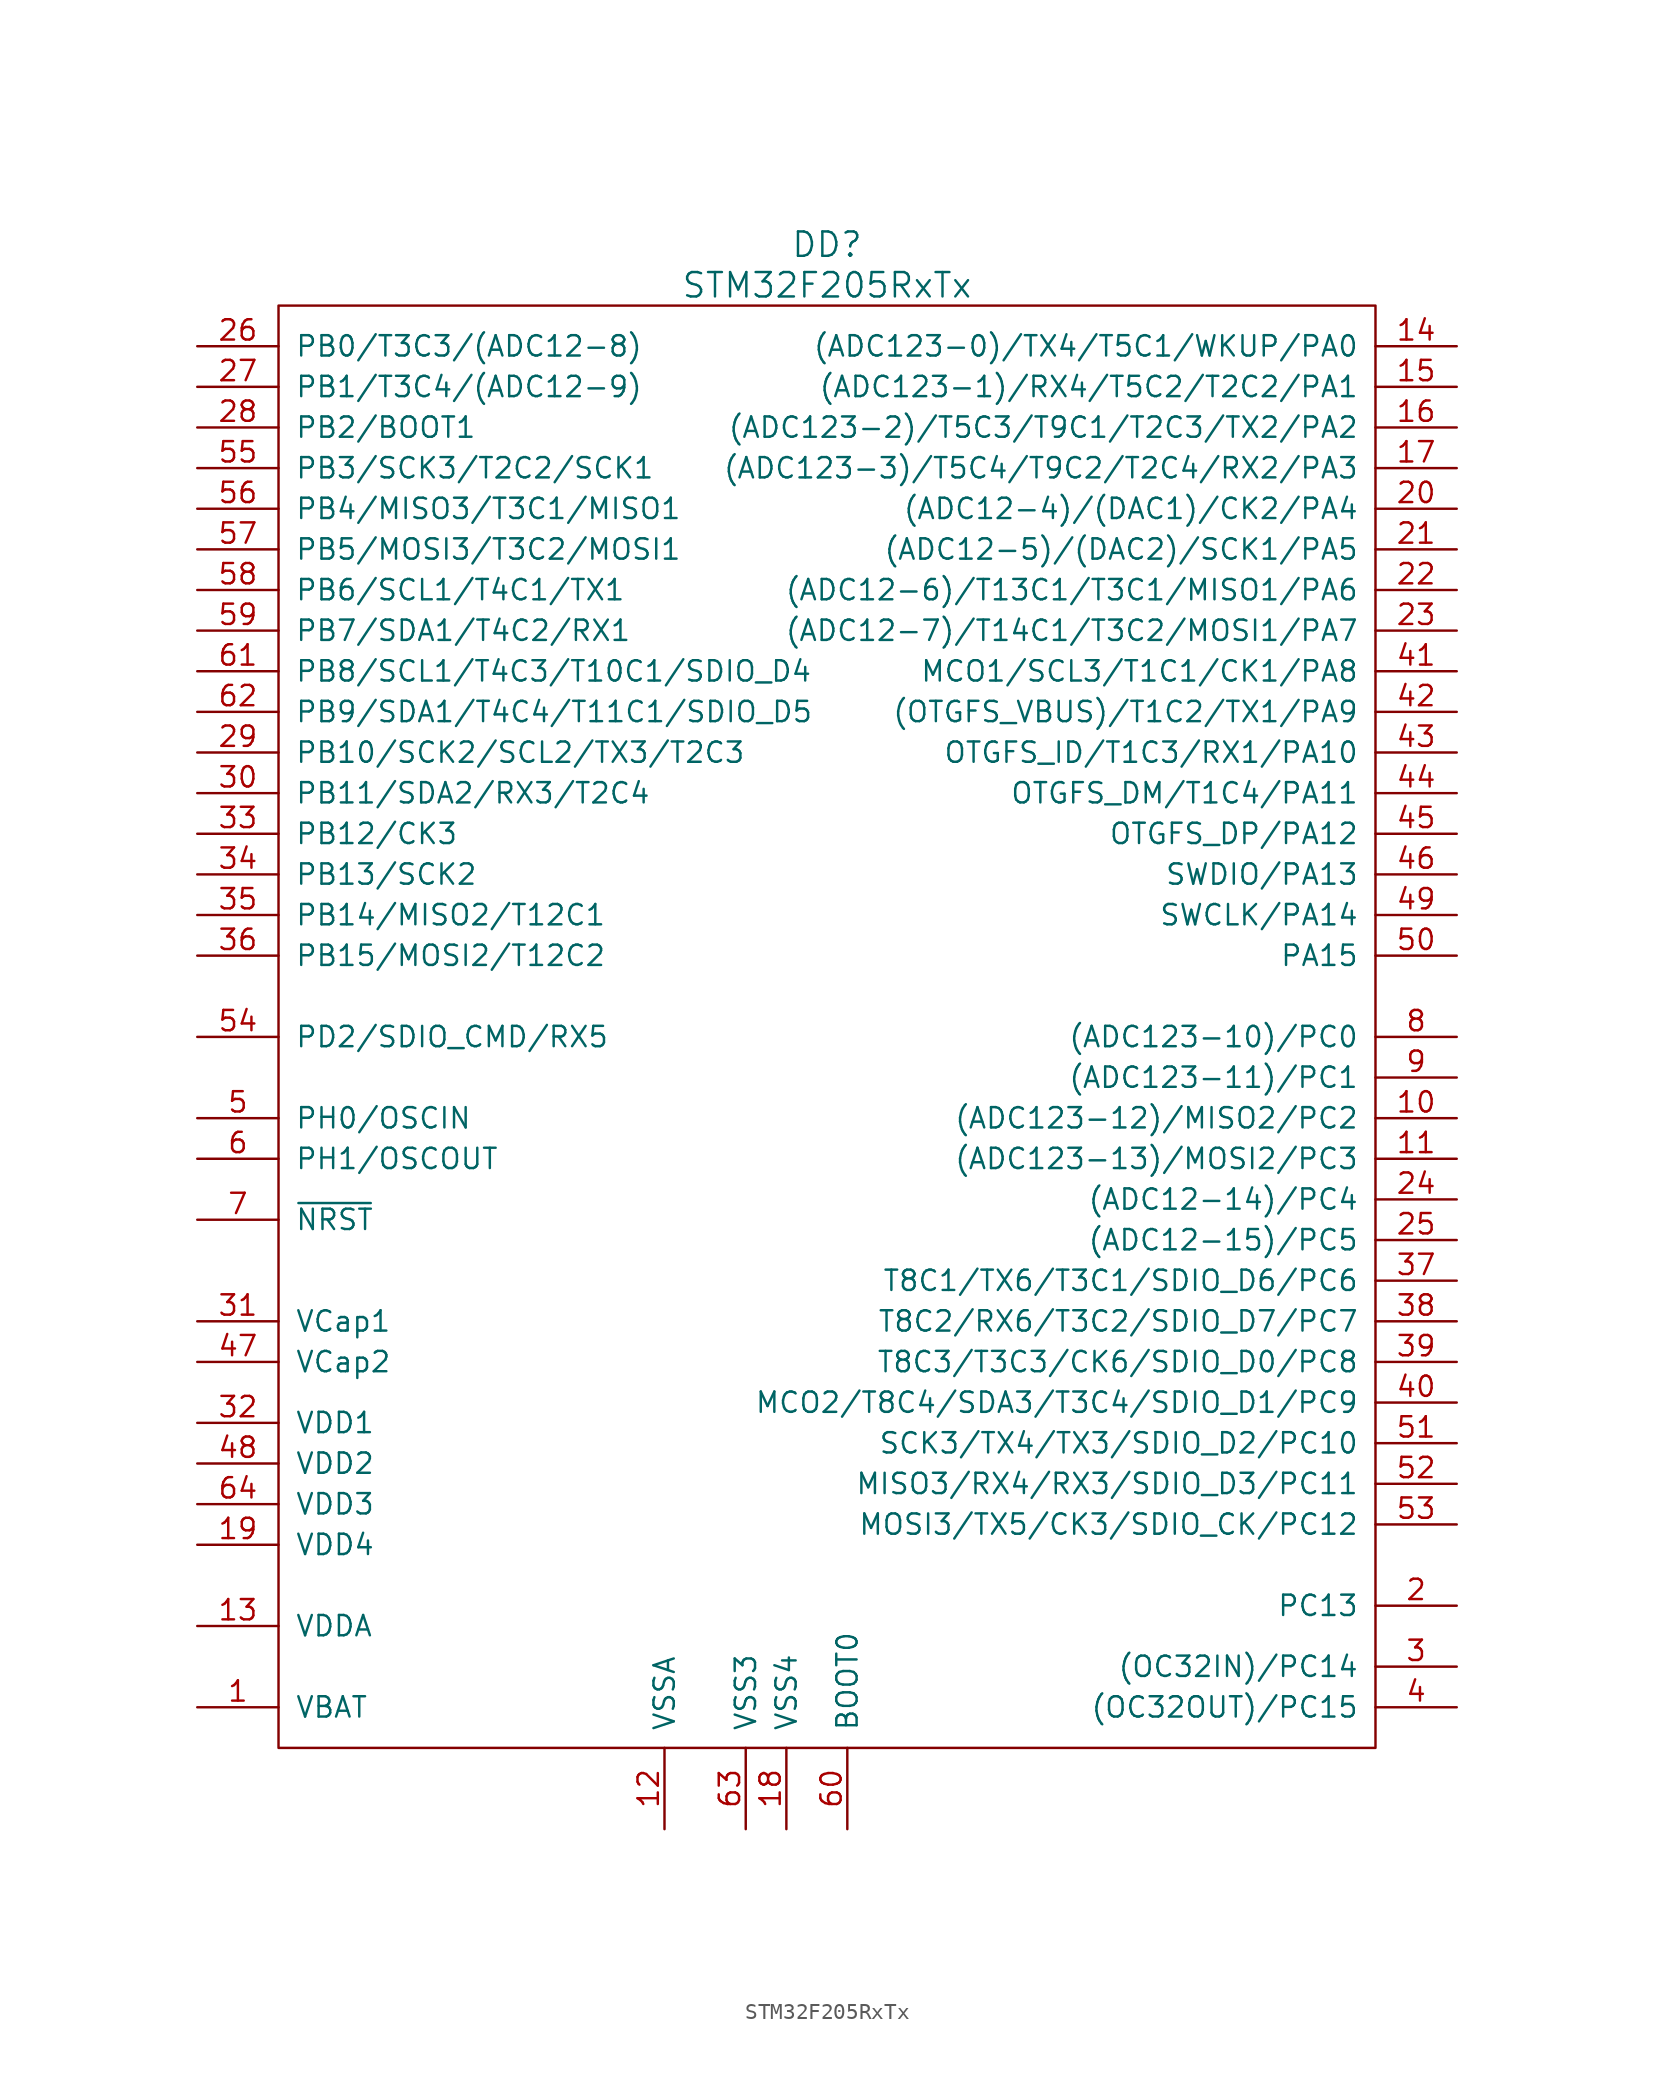
<source format=kicad_sym>
(kicad_symbol_lib
  (version 20220914)
  (generator kicad_symbol_editor)
  (symbol "STM32F205RxTx"
    (pin_names
      (offset 1.016))
    (property "Reference" "DD"
      (at 0 48.26 0)
      (effects (font (size 1.524 1.524))))
    (property "Value" "STM32F205RxTx"
      (at 0 45.72 0)
      (effects (font (size 1.524 1.524))))
    (property "Datasheet" ""
      (at -2.54 6.35 0)
      (effects (font (size 1.524 1.524))))
    (symbol "STM32F205RxTx_0_1"
      (rectangle (start -34.29 44.45) (end 34.29 -45.72) (stroke (width 0) (type solid)) (fill (type none))))
    (symbol "STM32F205RxTx_1_1"
      (pin power_in line (at -39.37 -43.18 0) (length 5.08) (name "VBAT" (effects (font (size 1.27 1.27)))) (number "1" (effects (font (size 1.27 1.27)))))
      (pin passive line (at 39.37 -6.35 180) (length 5.08) (name "(ADC123-12)/MISO2/PC2" (effects (font (size 1.27 1.27)))) (number "10" (effects (font (size 1.27 1.27)))))
      (pin passive line (at 39.37 -8.89 180) (length 5.08) (name "(ADC123-13)/MOSI2/PC3" (effects (font (size 1.27 1.27)))) (number "11" (effects (font (size 1.27 1.27)))))
      (pin power_in line (at -10.16 -50.8 90) (length 5.08) (name "VSSA" (effects (font (size 1.27 1.27)))) (number "12" (effects (font (size 1.27 1.27)))))
      (pin power_in line (at -39.37 -38.1 0) (length 5.08) (name "VDDA" (effects (font (size 1.27 1.27)))) (number "13" (effects (font (size 1.27 1.27)))))
      (pin passive line (at 39.37 41.91 180) (length 5.08) (name "(ADC123-0)/TX4/T5C1/WKUP/PA0" (effects (font (size 1.27 1.27)))) (number "14" (effects (font (size 1.27 1.27)))))
      (pin passive line (at 39.37 39.37 180) (length 5.08) (name "(ADC123-1)/RX4/T5C2/T2C2/PA1" (effects (font (size 1.27 1.27)))) (number "15" (effects (font (size 1.27 1.27)))))
      (pin passive line (at 39.37 36.83 180) (length 5.08) (name "(ADC123-2)/T5C3/T9C1/T2C3/TX2/PA2" (effects (font (size 1.27 1.27)))) (number "16" (effects (font (size 1.27 1.27)))))
      (pin passive line (at 39.37 34.29 180) (length 5.08) (name "(ADC123-3)/T5C4/T9C2/T2C4/RX2/PA3" (effects (font (size 1.27 1.27)))) (number "17" (effects (font (size 1.27 1.27)))))
      (pin power_in line (at -2.54 -50.8 90) (length 5.08) (name "VSS4" (effects (font (size 1.27 1.27)))) (number "18" (effects (font (size 1.27 1.27)))))
      (pin power_in line (at -39.37 -33.02 0) (length 5.08) (name "VDD4" (effects (font (size 1.27 1.27)))) (number "19" (effects (font (size 1.27 1.27)))))
      (pin passive line (at 39.37 -36.83 180) (length 5.08) (name "PC13" (effects (font (size 1.27 1.27)))) (number "2" (effects (font (size 1.27 1.27)))))
      (pin passive line (at 39.37 31.75 180) (length 5.08) (name "(ADC12-4)/(DAC1)/CK2/PA4" (effects (font (size 1.27 1.27)))) (number "20" (effects (font (size 1.27 1.27)))))
      (pin passive line (at 39.37 29.21 180) (length 5.08) (name "(ADC12-5)/(DAC2)/SCK1/PA5" (effects (font (size 1.27 1.27)))) (number "21" (effects (font (size 1.27 1.27)))))
      (pin passive line (at 39.37 26.67 180) (length 5.08) (name "(ADC12-6)/T13C1/T3C1/MISO1/PA6" (effects (font (size 1.27 1.27)))) (number "22" (effects (font (size 1.27 1.27)))))
      (pin passive line (at 39.37 24.13 180) (length 5.08) (name "(ADC12-7)/T14C1/T3C2/MOSI1/PA7" (effects (font (size 1.27 1.27)))) (number "23" (effects (font (size 1.27 1.27)))))
      (pin passive line (at 39.37 -11.43 180) (length 5.08) (name "(ADC12-14)/PC4" (effects (font (size 1.27 1.27)))) (number "24" (effects (font (size 1.27 1.27)))))
      (pin passive line (at 39.37 -13.97 180) (length 5.08) (name "(ADC12-15)/PC5" (effects (font (size 1.27 1.27)))) (number "25" (effects (font (size 1.27 1.27)))))
      (pin passive line (at -39.37 41.91 0) (length 5.08) (name "PB0/T3C3/(ADC12-8)" (effects (font (size 1.27 1.27)))) (number "26" (effects (font (size 1.27 1.27)))))
      (pin passive line (at -39.37 39.37 0) (length 5.08) (name "PB1/T3C4/(ADC12-9)" (effects (font (size 1.27 1.27)))) (number "27" (effects (font (size 1.27 1.27)))))
      (pin passive line (at -39.37 36.83 0) (length 5.08) (name "PB2/BOOT1" (effects (font (size 1.27 1.27)))) (number "28" (effects (font (size 1.27 1.27)))))
      (pin passive line (at -39.37 16.51 0) (length 5.08) (name "PB10/SCK2/SCL2/TX3/T2C3" (effects (font (size 1.27 1.27)))) (number "29" (effects (font (size 1.27 1.27)))))
      (pin passive line (at 39.37 -40.64 180) (length 5.08) (name "(OC32IN)/PC14" (effects (font (size 1.27 1.27)))) (number "3" (effects (font (size 1.27 1.27)))))
      (pin passive line (at -39.37 13.97 0) (length 5.08) (name "PB11/SDA2/RX3/T2C4" (effects (font (size 1.27 1.27)))) (number "30" (effects (font (size 1.27 1.27)))))
      (pin passive line (at -39.37 -19.05 0) (length 5.08) (name "VCap1" (effects (font (size 1.27 1.27)))) (number "31" (effects (font (size 1.27 1.27)))))
      (pin power_in line (at -39.37 -25.4 0) (length 5.08) (name "VDD1" (effects (font (size 1.27 1.27)))) (number "32" (effects (font (size 1.27 1.27)))))
      (pin passive line (at -39.37 11.43 0) (length 5.08) (name "PB12/CK3" (effects (font (size 1.27 1.27)))) (number "33" (effects (font (size 1.27 1.27)))))
      (pin passive line (at -39.37 8.89 0) (length 5.08) (name "PB13/SCK2" (effects (font (size 1.27 1.27)))) (number "34" (effects (font (size 1.27 1.27)))))
      (pin passive line (at -39.37 6.35 0) (length 5.08) (name "PB14/MISO2/T12C1" (effects (font (size 1.27 1.27)))) (number "35" (effects (font (size 1.27 1.27)))))
      (pin passive line (at -39.37 3.81 0) (length 5.08) (name "PB15/MOSI2/T12C2" (effects (font (size 1.27 1.27)))) (number "36" (effects (font (size 1.27 1.27)))))
      (pin passive line (at 39.37 -16.51 180) (length 5.08) (name "T8C1/TX6/T3C1/SDIO_D6/PC6" (effects (font (size 1.27 1.27)))) (number "37" (effects (font (size 1.27 1.27)))))
      (pin passive line (at 39.37 -19.05 180) (length 5.08) (name "T8C2/RX6/T3C2/SDIO_D7/PC7" (effects (font (size 1.27 1.27)))) (number "38" (effects (font (size 1.27 1.27)))))
      (pin passive line (at 39.37 -21.59 180) (length 5.08) (name "T8C3/T3C3/CK6/SDIO_D0/PC8" (effects (font (size 1.27 1.27)))) (number "39" (effects (font (size 1.27 1.27)))))
      (pin passive line (at 39.37 -43.18 180) (length 5.08) (name "(OC32OUT)/PC15" (effects (font (size 1.27 1.27)))) (number "4" (effects (font (size 1.27 1.27)))))
      (pin passive line (at 39.37 -24.13 180) (length 5.08) (name "MCO2/T8C4/SDA3/T3C4/SDIO_D1/PC9" (effects (font (size 1.27 1.27)))) (number "40" (effects (font (size 1.27 1.27)))))
      (pin passive line (at 39.37 21.59 180) (length 5.08) (name "MCO1/SCL3/T1C1/CK1/PA8" (effects (font (size 1.27 1.27)))) (number "41" (effects (font (size 1.27 1.27)))))
      (pin passive line (at 39.37 19.05 180) (length 5.08) (name "(OTGFS_VBUS)/T1C2/TX1/PA9" (effects (font (size 1.27 1.27)))) (number "42" (effects (font (size 1.27 1.27)))))
      (pin passive line (at 39.37 16.51 180) (length 5.08) (name "OTGFS_ID/T1C3/RX1/PA10" (effects (font (size 1.27 1.27)))) (number "43" (effects (font (size 1.27 1.27)))))
      (pin passive line (at 39.37 13.97 180) (length 5.08) (name "OTGFS_DM/T1C4/PA11" (effects (font (size 1.27 1.27)))) (number "44" (effects (font (size 1.27 1.27)))))
      (pin passive line (at 39.37 11.43 180) (length 5.08) (name "OTGFS_DP/PA12" (effects (font (size 1.27 1.27)))) (number "45" (effects (font (size 1.27 1.27)))))
      (pin passive line (at 39.37 8.89 180) (length 5.08) (name "SWDIO/PA13" (effects (font (size 1.27 1.27)))) (number "46" (effects (font (size 1.27 1.27)))))
      (pin passive line (at -39.37 -21.59 0) (length 5.08) (name "VCap2" (effects (font (size 1.27 1.27)))) (number "47" (effects (font (size 1.27 1.27)))))
      (pin power_in line (at -39.37 -27.94 0) (length 5.08) (name "VDD2" (effects (font (size 1.27 1.27)))) (number "48" (effects (font (size 1.27 1.27)))))
      (pin passive line (at 39.37 6.35 180) (length 5.08) (name "SWCLK/PA14" (effects (font (size 1.27 1.27)))) (number "49" (effects (font (size 1.27 1.27)))))
      (pin passive line (at -39.37 -6.35 0) (length 5.08) (name "PH0/OSCIN" (effects (font (size 1.27 1.27)))) (number "5" (effects (font (size 1.27 1.27)))))
      (pin passive line (at 39.37 3.81 180) (length 5.08) (name "PA15" (effects (font (size 1.27 1.27)))) (number "50" (effects (font (size 1.27 1.27)))))
      (pin passive line (at 39.37 -26.67 180) (length 5.08) (name "SCK3/TX4/TX3/SDIO_D2/PC10" (effects (font (size 1.27 1.27)))) (number "51" (effects (font (size 1.27 1.27)))))
      (pin passive line (at 39.37 -29.21 180) (length 5.08) (name "MISO3/RX4/RX3/SDIO_D3/PC11" (effects (font (size 1.27 1.27)))) (number "52" (effects (font (size 1.27 1.27)))))
      (pin passive line (at 39.37 -31.75 180) (length 5.08) (name "MOSI3/TX5/CK3/SDIO_CK/PC12" (effects (font (size 1.27 1.27)))) (number "53" (effects (font (size 1.27 1.27)))))
      (pin passive line (at -39.37 -1.27 0) (length 5.08) (name "PD2/SDIO_CMD/RX5" (effects (font (size 1.27 1.27)))) (number "54" (effects (font (size 1.27 1.27)))))
      (pin passive line (at -39.37 34.29 0) (length 5.08) (name "PB3/SCK3/T2C2/SCK1" (effects (font (size 1.27 1.27)))) (number "55" (effects (font (size 1.27 1.27)))))
      (pin passive line (at -39.37 31.75 0) (length 5.08) (name "PB4/MISO3/T3C1/MISO1" (effects (font (size 1.27 1.27)))) (number "56" (effects (font (size 1.27 1.27)))))
      (pin passive line (at -39.37 29.21 0) (length 5.08) (name "PB5/MOSI3/T3C2/MOSI1" (effects (font (size 1.27 1.27)))) (number "57" (effects (font (size 1.27 1.27)))))
      (pin passive line (at -39.37 26.67 0) (length 5.08) (name "PB6/SCL1/T4C1/TX1" (effects (font (size 1.27 1.27)))) (number "58" (effects (font (size 1.27 1.27)))))
      (pin passive line (at -39.37 24.13 0) (length 5.08) (name "PB7/SDA1/T4C2/RX1" (effects (font (size 1.27 1.27)))) (number "59" (effects (font (size 1.27 1.27)))))
      (pin passive line (at -39.37 -8.89 0) (length 5.08) (name "PH1/OSCOUT" (effects (font (size 1.27 1.27)))) (number "6" (effects (font (size 1.27 1.27)))))
      (pin passive line (at 1.27 -50.8 90) (length 5.08) (name "BOOT0" (effects (font (size 1.27 1.27)))) (number "60" (effects (font (size 1.27 1.27)))))
      (pin passive line (at -39.37 21.59 0) (length 5.08) (name "PB8/SCL1/T4C3/T10C1/SDIO_D4" (effects (font (size 1.27 1.27)))) (number "61" (effects (font (size 1.27 1.27)))))
      (pin passive line (at -39.37 19.05 0) (length 5.08) (name "PB9/SDA1/T4C4/T11C1/SDIO_D5" (effects (font (size 1.27 1.27)))) (number "62" (effects (font (size 1.27 1.27)))))
      (pin power_in line (at -5.08 -50.8 90) (length 5.08) (name "VSS3" (effects (font (size 1.27 1.27)))) (number "63" (effects (font (size 1.27 1.27)))))
      (pin power_in line (at -39.37 -30.48 0) (length 5.08) (name "VDD3" (effects (font (size 1.27 1.27)))) (number "64" (effects (font (size 1.27 1.27)))))
      (pin passive line (at -39.37 -12.7 0) (length 5.08) (name "~{NRST}" (effects (font (size 1.27 1.27)))) (number "7" (effects (font (size 1.27 1.27)))))
      (pin passive line (at 39.37 -1.27 180) (length 5.08) (name "(ADC123-10)/PC0" (effects (font (size 1.27 1.27)))) (number "8" (effects (font (size 1.27 1.27)))))
      (pin passive line (at 39.37 -3.81 180) (length 5.08) (name "(ADC123-11)/PC1" (effects (font (size 1.27 1.27)))) (number "9" (effects (font (size 1.27 1.27))))))))
</source>
